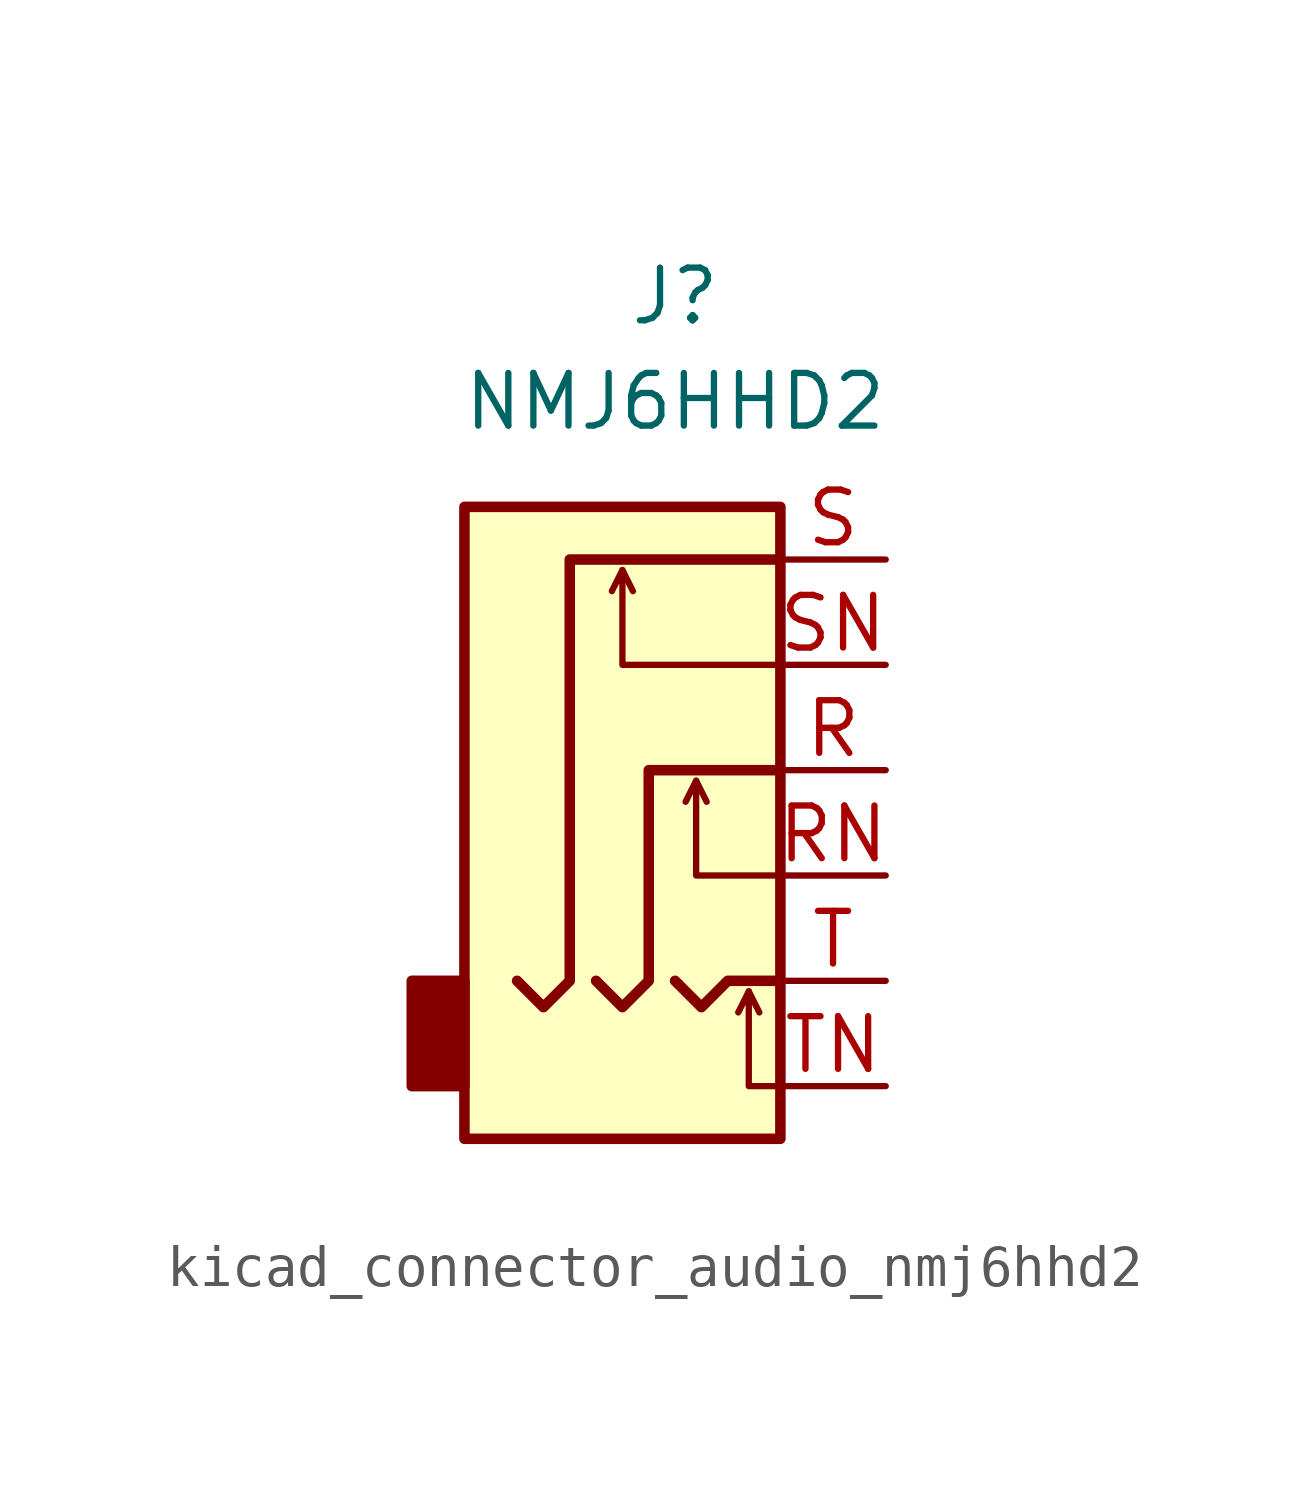
<source format=kicad_sym>
(kicad_symbol_lib
  (version 20220914)
  (generator kicad_symbol_editor)
  (symbol "kicad_connector_audio_nmj6hhd2"
    (property "Reference" "J"
      (at 0 11.43 0)
      (effects (font (size 1.27 1.27))))
    (property "Value" "NMJ6HHD2"
      (at 0 8.89 0)
      (effects (font (size 1.27 1.27))))
    (symbol "kicad_connector_audio_nmj6hhd2_0_1"
      (rectangle (start -5.08 -5.08) (end -6.35 -7.62) (stroke (width 0.254) (type default)) (fill (type outline)))
      (polyline (pts (xy -1.27 4.826) (xy -1.016 4.318)) (stroke (width 0) (type default)) (fill (type none)))
      (polyline (pts (xy 0.508 -0.254) (xy 0.762 -0.762)) (stroke (width 0) (type default)) (fill (type none)))
      (polyline (pts (xy 1.778 -5.334) (xy 2.032 -5.842)) (stroke (width 0) (type default)) (fill (type none)))
      (polyline (pts (xy 0 -5.08) (xy 0.635 -5.715) (xy 1.27 -5.08) (xy 2.54 -5.08)) (stroke (width 0.254) (type default)) (fill (type none)))
      (polyline (pts (xy 2.54 -7.62) (xy 1.778 -7.62) (xy 1.778 -5.334) (xy 1.524 -5.842)) (stroke (width 0) (type default)) (fill (type none)))
      (polyline (pts (xy 2.54 -2.54) (xy 0.508 -2.54) (xy 0.508 -0.254) (xy 0.254 -0.762)) (stroke (width 0) (type default)) (fill (type none)))
      (polyline (pts (xy 2.54 2.54) (xy -1.27 2.54) (xy -1.27 4.826) (xy -1.524 4.318)) (stroke (width 0) (type default)) (fill (type none)))
      (polyline (pts (xy -1.905 -5.08) (xy -1.27 -5.715) (xy -0.635 -5.08) (xy -0.635 0) (xy 2.54 0)) (stroke (width 0.254) (type default)) (fill (type none)))
      (polyline (pts (xy 2.54 5.08) (xy -2.54 5.08) (xy -2.54 -5.08) (xy -3.175 -5.715) (xy -3.81 -5.08)) (stroke (width 0.254) (type default)) (fill (type none)))
      (rectangle (start 2.54 6.35) (end -5.08 -8.89) (stroke (width 0.254) (type default)) (fill (type background))))
    (symbol "kicad_connector_audio_nmj6hhd2_1_1"
      (pin passive line (at 5.08 0 180) (length 2.54) (name "~" (effects (font (size 1.27 1.27)))) (number "R" (effects (font (size 1.27 1.27)))))
      (pin passive line (at 5.08 -2.54 180) (length 2.54) (name "~" (effects (font (size 1.27 1.27)))) (number "RN" (effects (font (size 1.27 1.27)))))
      (pin passive line (at 5.08 5.08 180) (length 2.54) (name "~" (effects (font (size 1.27 1.27)))) (number "S" (effects (font (size 1.27 1.27)))))
      (pin passive line (at 5.08 2.54 180) (length 2.54) (name "~" (effects (font (size 1.27 1.27)))) (number "SN" (effects (font (size 1.27 1.27)))))
      (pin passive line (at 5.08 -5.08 180) (length 2.54) (name "~" (effects (font (size 1.27 1.27)))) (number "T" (effects (font (size 1.27 1.27)))))
      (pin passive line (at 5.08 -7.62 180) (length 2.54) (name "~" (effects (font (size 1.27 1.27)))) (number "TN" (effects (font (size 1.27 1.27))))))))
</source>
